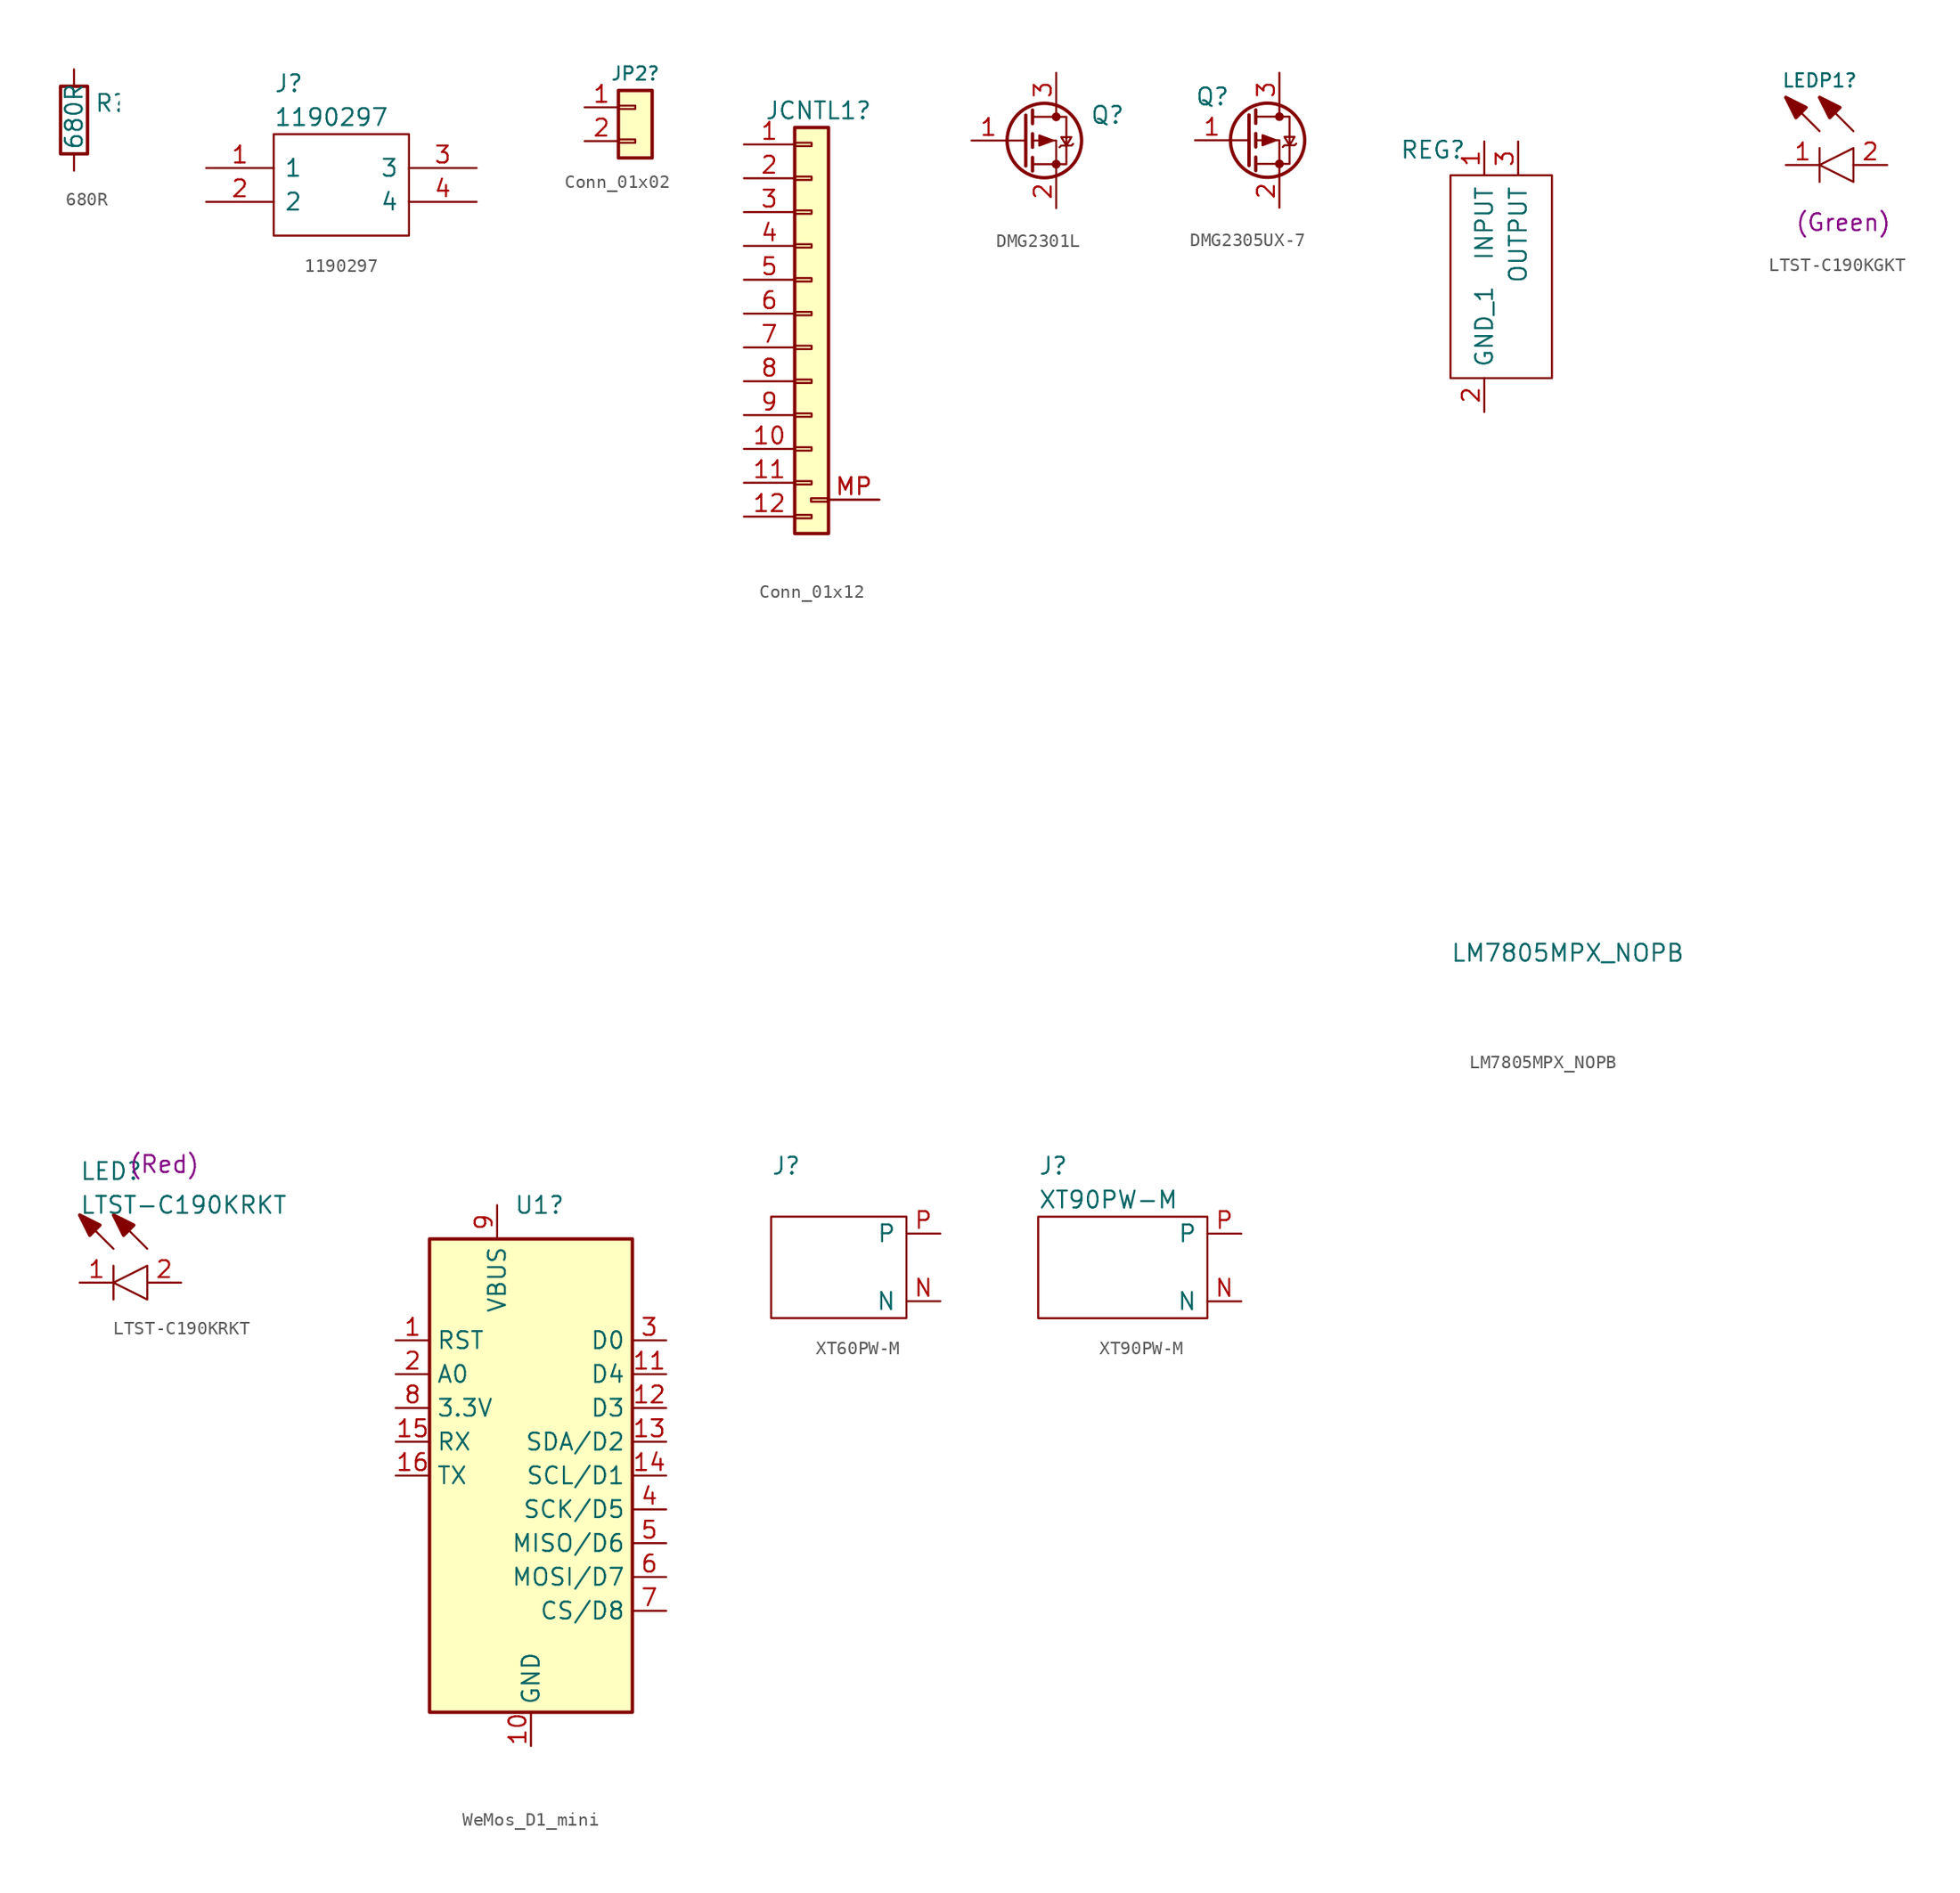
<source format=kicad_sym>
(kicad_symbol_lib
  (version 20220914)
  (generator kicad_symbol_editor)
  (symbol "680R"
    (pin_numbers hide)
    (pin_names
      (offset 0.762) hide)
    (property "Reference" "R"
      (at 1.524 1.27 0)
      (effects (font (size 1.27 1.27)) (justify left)))
    (property "Value" "680R"
      (at 0 -2.286 90)
      (effects (font (size 1.27 1.27)) (justify left)))
    (symbol "680R_0_1"
      (rectangle (start -1.016 -2.54) (end 1.016 2.54) (stroke (width 0.254) (type default)) (fill (type none))))
    (symbol "680R_1_1"
      (pin passive line (at 0 3.81 270) (length 1.27) (name "~" (effects (font (size 1.27 1.27)))) (number "1" (effects (font (size 1.27 1.27)))))
      (pin passive line (at 0 -3.81 90) (length 1.27) (name "~" (effects (font (size 1.27 1.27)))) (number "2" (effects (font (size 1.27 1.27)))))))
  (symbol "1190297"
    (pin_names
      (offset 0.762))
    (property "Reference" "J"
      (at 5.08 6.35 0)
      (effects (font (size 1.27 1.27)) (justify left)))
    (property "Value" "1190297"
      (at 5.08 3.81 0)
      (effects (font (size 1.27 1.27)) (justify left)))
    (symbol "1190297_0_0"
      (pin passive line (at 0 0 0) (length 5.08) (name "1" (effects (font (size 1.27 1.27)))) (number "1" (effects (font (size 1.27 1.27)))))
      (pin passive line (at 0 -2.54 0) (length 5.08) (name "2" (effects (font (size 1.27 1.27)))) (number "2" (effects (font (size 1.27 1.27)))))
      (pin passive line (at 20.32 0 180) (length 5.08) (name "3" (effects (font (size 1.27 1.27)))) (number "3" (effects (font (size 1.27 1.27)))))
      (pin passive line (at 20.32 -2.54 180) (length 5.08) (name "4" (effects (font (size 1.27 1.27)))) (number "4" (effects (font (size 1.27 1.27))))))
    (symbol "1190297_0_1"
      (polyline (pts (xy 5.08 2.54) (xy 15.24 2.54) (xy 15.24 -5.08) (xy 5.08 -5.08) (xy 5.08 2.54)) (stroke (width 0.152) (type default)) (fill (type none)))))
  (symbol "Conn_01x02"
    (pin_names
      (offset 1.016) hide)
    (property "Reference" "JP2"
      (at 0 2.54 0)
      (effects (font (size 1 1))))
    (symbol "Conn_01x02_1_1"
      (rectangle (start -1.27 -2.413) (end 0 -2.667) (stroke (width 0.152) (type default)) (fill (type none)))
      (rectangle (start -1.27 0.127) (end 0 -0.127) (stroke (width 0.152) (type default)) (fill (type none)))
      (rectangle (start -1.27 1.27) (end 1.27 -3.81) (stroke (width 0.254) (type default)) (fill (type background)))
      (pin passive line (at -3.81 0 0) (length 2.54) (name "Pin_1" (effects (font (size 1.27 1.27)))) (number "1" (effects (font (size 1.27 1.27)))))
      (pin passive line (at -3.81 -2.54 0) (length 2.54) (name "Pin_2" (effects (font (size 1.27 1.27)))) (number "2" (effects (font (size 1.27 1.27)))))))
  (symbol "Conn_01x12"
    (pin_names
      (offset 1.016) hide)
    (property "Reference" "JCNTL1"
      (at 0.508 15.24 0)
      (effects (font (size 1.27 1.27))))
    (symbol "Conn_01x12_1_1"
      (rectangle (start -1.27 -15.113) (end 0 -15.367) (stroke (width 0.152) (type default)) (fill (type none)))
      (rectangle (start -1.27 -12.573) (end 0 -12.827) (stroke (width 0.152) (type default)) (fill (type none)))
      (rectangle (start -1.27 -10.033) (end 0 -10.287) (stroke (width 0.152) (type default)) (fill (type none)))
      (rectangle (start -1.27 -7.493) (end 0 -7.747) (stroke (width 0.152) (type default)) (fill (type none)))
      (rectangle (start -1.27 -4.953) (end 0 -5.207) (stroke (width 0.152) (type default)) (fill (type none)))
      (rectangle (start -1.27 -2.413) (end 0 -2.667) (stroke (width 0.152) (type default)) (fill (type none)))
      (rectangle (start -1.27 0.127) (end 0 -0.127) (stroke (width 0.152) (type default)) (fill (type none)))
      (rectangle (start -1.27 2.667) (end 0 2.413) (stroke (width 0.152) (type default)) (fill (type none)))
      (rectangle (start -1.27 5.207) (end 0 4.953) (stroke (width 0.152) (type default)) (fill (type none)))
      (rectangle (start -1.27 7.747) (end 0 7.493) (stroke (width 0.152) (type default)) (fill (type none)))
      (rectangle (start -1.27 10.287) (end 0 10.033) (stroke (width 0.152) (type default)) (fill (type none)))
      (rectangle (start -1.27 12.827) (end 0 12.573) (stroke (width 0.152) (type default)) (fill (type none)))
      (rectangle (start -1.27 13.97) (end 1.27 -16.51) (stroke (width 0.254) (type default)) (fill (type background)))
      (rectangle (start -0.044 -13.865) (end 1.226 -14.119) (stroke (width 0.152) (type default)) (fill (type none)))
      (pin passive line (at -5.08 12.7 0) (length 3.81) (name "Pin_1" (effects (font (size 1.27 1.27)))) (number "1" (effects (font (size 1.27 1.27)))))
      (pin passive line (at -5.08 -10.16 0) (length 3.81) (name "Pin_10" (effects (font (size 1.27 1.27)))) (number "10" (effects (font (size 1.27 1.27)))))
      (pin passive line (at -5.08 -12.7 0) (length 3.81) (name "Pin_11" (effects (font (size 1.27 1.27)))) (number "11" (effects (font (size 1.27 1.27)))))
      (pin passive line (at -5.08 -15.24 0) (length 3.81) (name "Pin_12" (effects (font (size 1.27 1.27)))) (number "12" (effects (font (size 1.27 1.27)))))
      (pin passive line (at -5.08 10.16 0) (length 3.81) (name "Pin_2" (effects (font (size 1.27 1.27)))) (number "2" (effects (font (size 1.27 1.27)))))
      (pin passive line (at -5.08 7.62 0) (length 3.81) (name "Pin_3" (effects (font (size 1.27 1.27)))) (number "3" (effects (font (size 1.27 1.27)))))
      (pin passive line (at -5.08 5.08 0) (length 3.81) (name "Pin_4" (effects (font (size 1.27 1.27)))) (number "4" (effects (font (size 1.27 1.27)))))
      (pin passive line (at -5.08 2.54 0) (length 3.81) (name "Pin_5" (effects (font (size 1.27 1.27)))) (number "5" (effects (font (size 1.27 1.27)))))
      (pin passive line (at -5.08 0 0) (length 3.81) (name "Pin_6" (effects (font (size 1.27 1.27)))) (number "6" (effects (font (size 1.27 1.27)))))
      (pin passive line (at -5.08 -2.54 0) (length 3.81) (name "Pin_7" (effects (font (size 1.27 1.27)))) (number "7" (effects (font (size 1.27 1.27)))))
      (pin passive line (at -5.08 -5.08 0) (length 3.81) (name "Pin_8" (effects (font (size 1.27 1.27)))) (number "8" (effects (font (size 1.27 1.27)))))
      (pin passive line (at -5.08 -7.62 0) (length 3.81) (name "Pin_9" (effects (font (size 1.27 1.27)))) (number "9" (effects (font (size 1.27 1.27)))))
      (pin passive line (at 5.08 -13.97 180) (length 3.81) (name "Mounting_pad_1" (effects (font (size 1.27 1.27)))) (number "MP" (effects (font (size 1.27 1.27)))))
      (pin passive line (at 5.08 -13.97 180) (length 3.81) (name "Mounting_pad_2" (effects (font (size 1.27 1.27)))) (number "MP" (effects (font (size 1.27 1.27)))))))
  (symbol "DMG2301L"
    (pin_names hide)
    (property "Reference" "Q"
      (at 5.08 1.905 0)
      (effects (font (size 1.27 1.27)) (justify left)))
    (symbol "DMG2301L_0_1"
      (polyline (pts (xy 0.254 0) (xy -1.27 0)) (stroke (width 0) (type default)) (fill (type none)))
      (polyline (pts (xy 0.254 1.905) (xy 0.254 -1.905)) (stroke (width 0.254) (type default)) (fill (type none)))
      (polyline (pts (xy 0.762 -1.27) (xy 0.762 -2.286)) (stroke (width 0.254) (type default)) (fill (type none)))
      (polyline (pts (xy 0.762 0.508) (xy 0.762 -0.508)) (stroke (width 0.254) (type default)) (fill (type none)))
      (polyline (pts (xy 0.762 2.286) (xy 0.762 1.27)) (stroke (width 0.254) (type default)) (fill (type none)))
      (polyline (pts (xy 2.54 2.54) (xy 2.54 1.778)) (stroke (width 0) (type default)) (fill (type none)))
      (polyline (pts (xy 2.54 -2.54) (xy 2.54 0) (xy 0.762 0)) (stroke (width 0) (type default)) (fill (type none)))
      (polyline (pts (xy 0.762 1.778) (xy 3.302 1.778) (xy 3.302 -1.778) (xy 0.762 -1.778)) (stroke (width 0) (type default)) (fill (type none)))
      (polyline (pts (xy 2.286 0) (xy 1.27 0.381) (xy 1.27 -0.381) (xy 2.286 0)) (stroke (width 0) (type default)) (fill (type outline)))
      (polyline (pts (xy 2.794 -0.508) (xy 2.921 -0.381) (xy 3.683 -0.381) (xy 3.81 -0.254)) (stroke (width 0) (type default)) (fill (type none)))
      (polyline (pts (xy 3.302 -0.381) (xy 2.921 0.254) (xy 3.683 0.254) (xy 3.302 -0.381)) (stroke (width 0) (type default)) (fill (type none)))
      (circle (center 1.651 0) (radius 2.794) (stroke (width 0.254) (type default)) (fill (type none)))
      (circle (center 2.54 -1.778) (radius 0.254) (stroke (width 0) (type default)) (fill (type outline)))
      (circle (center 2.54 1.778) (radius 0.254) (stroke (width 0) (type default)) (fill (type outline))))
    (symbol "DMG2301L_1_1"
      (pin input line (at -3.81 0 0) (length 2.54) (name "G" (effects (font (size 1.27 1.27)))) (number "1" (effects (font (size 1.27 1.27)))))
      (pin power_out line (at 2.54 -5.08 90) (length 2.54) (name "S" (effects (font (size 1.27 1.27)))) (number "2" (effects (font (size 1.27 1.27)))))
      (pin passive line (at 2.54 5.08 270) (length 2.54) (name "D" (effects (font (size 1.27 1.27)))) (number "3" (effects (font (size 1.27 1.27)))))))
  (symbol "DMG2305UX-7"
    (pin_names
      (offset 1.016) hide)
    (property "Reference" "Q"
      (at -6.35 2.54 0)
      (effects (font (size 1.27 1.27)) (justify left bottom)))
    (symbol "DMG2305UX-7_0_1"
      (circle (center -0.889 0) (radius 2.794) (stroke (width 0.254) (type default)) (fill (type none)))
      (circle (center 0 -1.778) (radius 0.254) (stroke (width 0) (type default)) (fill (type outline)))
      (polyline (pts (xy -2.286 0) (xy -3.81 0)) (stroke (width 0) (type default)) (fill (type none)))
      (polyline (pts (xy -2.286 1.905) (xy -2.286 -1.905)) (stroke (width 0.254) (type default)) (fill (type none)))
      (polyline (pts (xy -1.778 -1.27) (xy -1.778 -2.286)) (stroke (width 0.254) (type default)) (fill (type none)))
      (polyline (pts (xy -1.778 0.508) (xy -1.778 -0.508)) (stroke (width 0.254) (type default)) (fill (type none)))
      (polyline (pts (xy -1.778 2.286) (xy -1.778 1.27)) (stroke (width 0.254) (type default)) (fill (type none)))
      (polyline (pts (xy 0 2.54) (xy 0 1.778)) (stroke (width 0) (type default)) (fill (type none)))
      (polyline (pts (xy 0 -2.54) (xy 0 0) (xy -1.778 0)) (stroke (width 0) (type default)) (fill (type none)))
      (polyline (pts (xy -1.778 1.778) (xy 0.762 1.778) (xy 0.762 -1.778) (xy -1.778 -1.778)) (stroke (width 0) (type default)) (fill (type none)))
      (polyline (pts (xy -0.254 0) (xy -1.27 0.381) (xy -1.27 -0.381) (xy -0.254 0)) (stroke (width 0) (type default)) (fill (type outline)))
      (polyline (pts (xy 0.254 -0.508) (xy 0.381 -0.381) (xy 1.143 -0.381) (xy 1.27 -0.254)) (stroke (width 0) (type default)) (fill (type none)))
      (polyline (pts (xy 0.762 -0.381) (xy 0.381 0.254) (xy 1.143 0.254) (xy 0.762 -0.381)) (stroke (width 0) (type default)) (fill (type none)))
      (circle (center 0 1.778) (radius 0.254) (stroke (width 0) (type default)) (fill (type outline))))
    (symbol "DMG2305UX-7_1_1"
      (pin input line (at -6.35 0 0) (length 2.54) (name "G" (effects (font (size 1.27 1.27)))) (number "1" (effects (font (size 1.27 1.27)))))
      (pin passive line (at 0 -5.08 90) (length 2.54) (name "S" (effects (font (size 1.27 1.27)))) (number "2" (effects (font (size 1.27 1.27)))))
      (pin passive line (at 0 5.08 270) (length 2.54) (name "D" (effects (font (size 1.27 1.27)))) (number "3" (effects (font (size 1.27 1.27)))))))
  (symbol "LM7805MPX_NOPB"
    (pin_names
      (offset 0.762))
    (property "Reference" "REG"
      (at -3.81 1.905 0)
      (effects (font (size 1.27 1.27)) (justify left)))
    (property "Value" "LM7805MPX_NOPB"
      (at 0 -58.42 0)
      (effects (font (size 1.27 1.27)) (justify left)))
    (symbol "LM7805MPX_NOPB_0_0"
      (pin power_in line (at 2.54 2.54 270) (length 2.54) (name "INPUT" (effects (font (size 1.27 1.27)))) (number "1" (effects (font (size 1.27 1.27)))))
      (pin power_out line (at 2.54 -17.78 90) (length 2.54) (name "GND_1" (effects (font (size 1.27 1.27)))) (number "2" (effects (font (size 1.27 1.27)))))
      (pin power_out line (at 5.08 2.54 270) (length 2.54) (name "OUTPUT" (effects (font (size 1.27 1.27)))) (number "3" (effects (font (size 1.27 1.27)))))
      (pin passive line (at 2.54 -17.78 90) (length 2.54) hide (name "GND_2" (effects (font (size 1.27 1.27)))) (number "4" (effects (font (size 1.27 1.27))))))
    (symbol "LM7805MPX_NOPB_0_1"
      (rectangle (start 0 0) (end 7.62 -15.24) (stroke (width 0) (type default)) (fill (type none)))))
  (symbol "LTST-C190KGKT"
    (pin_names
      (offset 0.762))
    (property "Reference" "LEDP1"
      (at 2.54 6.35 0)
      (effects (font (size 1 1))))
    (property "Color" "(Green)"
      (at 4.318 -4.318 0)
      (effects (font (size 1.27 1.27))))
    (symbol "LTST-C190KGKT_0_0"
      (pin passive line (at 0 0 0) (length 2.54) (name "~" (effects (font (size 1.27 1.27)))) (number "1" (effects (font (size 1.27 1.27)))))
      (pin passive line (at 7.62 0 180) (length 2.54) (name "~" (effects (font (size 1.27 1.27)))) (number "2" (effects (font (size 1.27 1.27))))))
    (symbol "LTST-C190KGKT_0_1"
      (polyline (pts (xy 2.54 1.27) (xy 2.54 -1.27)) (stroke (width 0.152) (type default)) (fill (type none)))
      (polyline (pts (xy 2.54 2.54) (xy 0 5.08)) (stroke (width 0.152) (type default)) (fill (type none)))
      (polyline (pts (xy 5.08 2.54) (xy 2.54 5.08)) (stroke (width 0.152) (type default)) (fill (type none)))
      (polyline (pts (xy 1.524 4.318) (xy 0.762 3.556) (xy 0 5.08) (xy 1.524 4.318)) (stroke (width 0.254) (type default)) (fill (type outline)))
      (polyline (pts (xy 2.54 0) (xy 5.08 1.27) (xy 5.08 -1.27) (xy 2.54 0)) (stroke (width 0) (type default)) (fill (type none)))
      (polyline (pts (xy 4.064 4.318) (xy 3.302 3.556) (xy 2.54 5.08) (xy 4.064 4.318)) (stroke (width 0.254) (type default)) (fill (type outline)))))
  (symbol "LTST-C190KRKT"
    (pin_names
      (offset 0.762))
    (property "Reference" "LED"
      (at 0 7.62 0)
      (effects (font (size 1.27 1.27)) (justify left bottom)))
    (property "Value" "LTST-C190KRKT"
      (at 0 5.08 0)
      (effects (font (size 1.27 1.27)) (justify left bottom)))
    (property "Color" "(Red)"
      (at 6.35 8.89 0)
      (effects (font (size 1.27 1.27))))
    (symbol "LTST-C190KRKT_0_0"
      (pin passive line (at 0 0 0) (length 2.54) (name "~" (effects (font (size 1.27 1.27)))) (number "1" (effects (font (size 1.27 1.27)))))
      (pin passive line (at 7.62 0 180) (length 2.54) (name "~" (effects (font (size 1.27 1.27)))) (number "2" (effects (font (size 1.27 1.27))))))
    (symbol "LTST-C190KRKT_0_1"
      (polyline (pts (xy 2.54 1.27) (xy 2.54 -1.27)) (stroke (width 0.152) (type default)) (fill (type none)))
      (polyline (pts (xy 2.54 2.54) (xy 0 5.08)) (stroke (width 0.152) (type default)) (fill (type none)))
      (polyline (pts (xy 5.08 2.54) (xy 2.54 5.08)) (stroke (width 0.152) (type default)) (fill (type none)))
      (polyline (pts (xy 1.524 4.318) (xy 0.762 3.556) (xy 0 5.08) (xy 1.524 4.318)) (stroke (width 0.254) (type default)) (fill (type outline)))
      (polyline (pts (xy 2.54 0) (xy 5.08 1.27) (xy 5.08 -1.27) (xy 2.54 0)) (stroke (width 0) (type default)) (fill (type none)))
      (polyline (pts (xy 4.064 4.318) (xy 3.302 3.556) (xy 2.54 5.08) (xy 4.064 4.318)) (stroke (width 0.254) (type default)) (fill (type outline)))))
  (symbol "WeMos_D1_mini"
    (property "Reference" "U1"
      (at -1.27 20.32 0)
      (effects (font (size 1.27 1.27)) (justify left)))
    (symbol "WeMos_D1_mini_1_1"
      (rectangle (start -7.62 17.78) (end 7.62 -17.78) (stroke (width 0.254) (type default)) (fill (type background)))
      (pin input line (at -10.16 10.16 0) (length 2.54) (name "RST" (effects (font (size 1.27 1.27)))) (number "1" (effects (font (size 1.27 1.27)))))
      (pin power_in line (at 0 -20.32 90) (length 2.54) (name "GND" (effects (font (size 1.27 1.27)))) (number "10" (effects (font (size 1.27 1.27)))))
      (pin bidirectional line (at 10.16 7.62 180) (length 2.54) (name "D4" (effects (font (size 1.27 1.27)))) (number "11" (effects (font (size 1.27 1.27)))))
      (pin bidirectional line (at 10.16 5.08 180) (length 2.54) (name "D3" (effects (font (size 1.27 1.27)))) (number "12" (effects (font (size 1.27 1.27)))))
      (pin bidirectional line (at 10.16 2.54 180) (length 2.54) (name "SDA/D2" (effects (font (size 1.27 1.27)))) (number "13" (effects (font (size 1.27 1.27)))))
      (pin bidirectional line (at 10.16 0 180) (length 2.54) (name "SCL/D1" (effects (font (size 1.27 1.27)))) (number "14" (effects (font (size 1.27 1.27)))))
      (pin input line (at -10.16 2.54 0) (length 2.54) (name "RX" (effects (font (size 1.27 1.27)))) (number "15" (effects (font (size 1.27 1.27)))))
      (pin output line (at -10.16 0 0) (length 2.54) (name "TX" (effects (font (size 1.27 1.27)))) (number "16" (effects (font (size 1.27 1.27)))))
      (pin input line (at -10.16 7.62 0) (length 2.54) (name "A0" (effects (font (size 1.27 1.27)))) (number "2" (effects (font (size 1.27 1.27)))))
      (pin bidirectional line (at 10.16 10.16 180) (length 2.54) (name "D0" (effects (font (size 1.27 1.27)))) (number "3" (effects (font (size 1.27 1.27)))))
      (pin bidirectional line (at 10.16 -2.54 180) (length 2.54) (name "SCK/D5" (effects (font (size 1.27 1.27)))) (number "4" (effects (font (size 1.27 1.27)))))
      (pin bidirectional line (at 10.16 -5.08 180) (length 2.54) (name "MISO/D6" (effects (font (size 1.27 1.27)))) (number "5" (effects (font (size 1.27 1.27)))))
      (pin bidirectional line (at 10.16 -7.62 180) (length 2.54) (name "MOSI/D7" (effects (font (size 1.27 1.27)))) (number "6" (effects (font (size 1.27 1.27)))))
      (pin bidirectional line (at 10.16 -10.16 180) (length 2.54) (name "CS/D8" (effects (font (size 1.27 1.27)))) (number "7" (effects (font (size 1.27 1.27)))))
      (pin bidirectional line (at -10.16 5.08 0) (length 2.54) (name "3.3V" (effects (font (size 1.27 1.27)))) (number "8" (effects (font (size 1.27 1.27)))))
      (pin power_in line (at -2.54 20.32 270) (length 2.54) (name "VBUS" (effects (font (size 1.27 1.27)))) (number "9" (effects (font (size 1.27 1.27)))))))
  (symbol "XT60PW-M"
    (pin_names
      (offset 0.762))
    (property "Reference" "J"
      (at -5.08 7.62 0)
      (effects (font (size 1.27 1.27)) (justify left)))
    (symbol "XT60PW-M_0_0"
      (pin power_out line (at 7.62 -2.54 180) (length 2.54) (name "N" (effects (font (size 1.27 1.27)))) (number "N" (effects (font (size 1.27 1.27)))))
      (pin power_out line (at 7.62 2.54 180) (length 2.54) (name "P" (effects (font (size 1.27 1.27)))) (number "P" (effects (font (size 1.27 1.27))))))
    (symbol "XT60PW-M_0_1"
      (polyline (pts (xy 5.08 -3.81) (xy -5.08 -3.81) (xy -5.08 3.81) (xy 5.08 3.81) (xy 5.08 -3.81)) (stroke (width 0.152) (type default)) (fill (type none)))))
  (symbol "XT90PW-M"
    (pin_names
      (offset 0.762))
    (property "Reference" "J"
      (at -6.35 7.62 0)
      (effects (font (size 1.27 1.27)) (justify left)))
    (property "Value" "XT90PW-M"
      (at -6.35 5.08 0)
      (effects (font (size 1.27 1.27)) (justify left)))
    (symbol "XT90PW-M_0_0"
      (pin power_out line (at 8.89 -2.54 180) (length 2.54) (name "N" (effects (font (size 1.27 1.27)))) (number "N" (effects (font (size 1.27 1.27)))))
      (pin power_out line (at 8.89 2.54 180) (length 2.54) (name "P" (effects (font (size 1.27 1.27)))) (number "P" (effects (font (size 1.27 1.27))))))
    (symbol "XT90PW-M_0_1"
      (polyline (pts (xy -6.35 -3.81) (xy 6.35 -3.81) (xy 6.35 3.81) (xy -6.35 3.81) (xy -6.35 -3.81)) (stroke (width 0.152) (type default)) (fill (type none))))))
</source>
